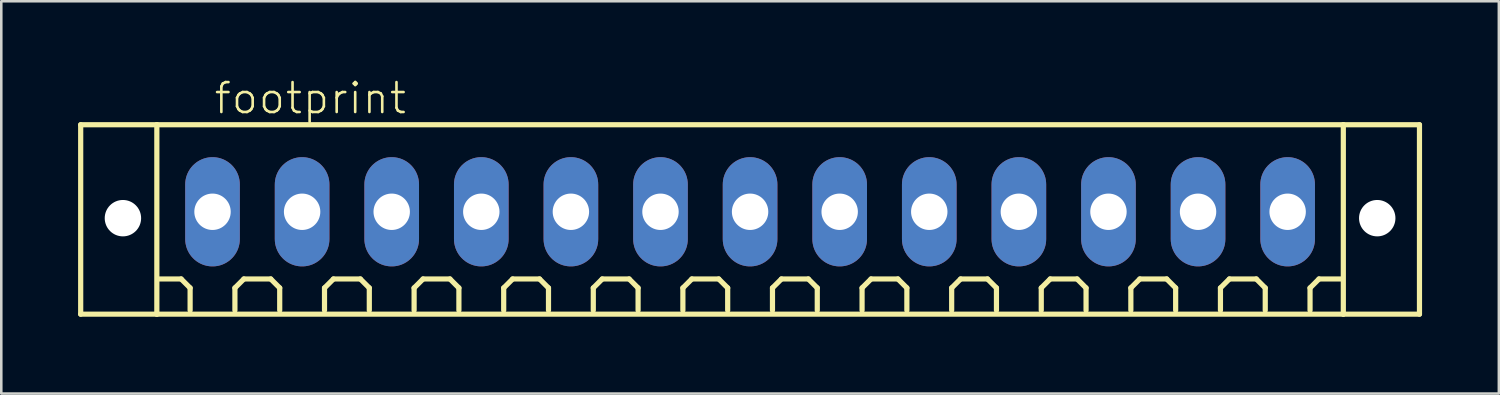
<source format=kicad_pcb>
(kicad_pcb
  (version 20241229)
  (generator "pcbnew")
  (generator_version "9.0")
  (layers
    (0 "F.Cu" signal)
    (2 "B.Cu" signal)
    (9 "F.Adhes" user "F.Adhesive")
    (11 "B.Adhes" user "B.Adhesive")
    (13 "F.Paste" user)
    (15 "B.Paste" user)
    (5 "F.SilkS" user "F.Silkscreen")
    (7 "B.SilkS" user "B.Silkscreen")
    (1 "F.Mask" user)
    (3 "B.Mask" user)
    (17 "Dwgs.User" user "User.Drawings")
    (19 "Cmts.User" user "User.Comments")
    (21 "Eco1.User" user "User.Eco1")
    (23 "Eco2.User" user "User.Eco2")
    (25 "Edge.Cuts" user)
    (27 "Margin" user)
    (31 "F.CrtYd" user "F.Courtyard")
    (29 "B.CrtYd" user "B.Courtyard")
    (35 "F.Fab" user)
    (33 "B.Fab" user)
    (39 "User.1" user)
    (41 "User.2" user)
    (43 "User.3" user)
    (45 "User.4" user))
  (footprint "footprint"
    (layer "F.Cu")
    (at 26.252 5.223)
    (property "Reference" "footprint" (at -21 -3.75 0) (layer "F.SilkS") (effects (font (size 1.168 1.168) (thickness 0.102)) (justify left bottom)))
    (fp_line (start -26.15 -3.4) (end -23.175 -3.4) (stroke (width 0.203) (type solid)) (layer "F.SilkS"))
    (fp_line (start -26.15 4) (end -26.15 -3.4) (stroke (width 0.203) (type solid)) (layer "F.SilkS"))
    (fp_line (start -23.175 -3.4) (end 23.175 -3.4) (stroke (width 0.203) (type solid)) (layer "F.SilkS"))
    (fp_line (start -23.175 4) (end -26.15 4) (stroke (width 0.203) (type solid)) (layer "F.SilkS"))
    (fp_line (start -23.175 4) (end -23.175 -3.4) (stroke (width 0.203) (type solid)) (layer "F.SilkS"))
    (fp_line (start -22.225 2.625) (end -23.1 2.625) (stroke (width 0.203) (type solid)) (layer "F.SilkS"))
    (fp_line (start -21.875 2.975) (end -22.225 2.625) (stroke (width 0.203) (type solid)) (layer "F.SilkS"))
    (fp_line (start -21.875 3.85) (end -21.875 2.975) (stroke (width 0.203) (type solid)) (layer "F.SilkS"))
    (fp_line (start -20.125 2.975) (end -19.775 2.625) (stroke (width 0.203) (type solid)) (layer "F.SilkS"))
    (fp_line (start -20.125 3.85) (end -20.125 2.975) (stroke (width 0.203) (type solid)) (layer "F.SilkS"))
    (fp_line (start -19.775 2.625) (end -18.725 2.625) (stroke (width 0.203) (type solid)) (layer "F.SilkS"))
    (fp_line (start -18.725 2.625) (end -18.375 2.975) (stroke (width 0.203) (type solid)) (layer "F.SilkS"))
    (fp_line (start -18.375 2.975) (end -18.375 3.85) (stroke (width 0.203) (type solid)) (layer "F.SilkS"))
    (fp_line (start -16.625 2.975) (end -16.275 2.625) (stroke (width 0.203) (type solid)) (layer "F.SilkS"))
    (fp_line (start -16.625 3.85) (end -16.625 2.975) (stroke (width 0.203) (type solid)) (layer "F.SilkS"))
    (fp_line (start -16.275 2.625) (end -15.225 2.625) (stroke (width 0.203) (type solid)) (layer "F.SilkS"))
    (fp_line (start -15.225 2.625) (end -14.875 2.975) (stroke (width 0.203) (type solid)) (layer "F.SilkS"))
    (fp_line (start -14.875 2.975) (end -14.875 3.85) (stroke (width 0.203) (type solid)) (layer "F.SilkS"))
    (fp_line (start -13.125 2.975) (end -12.775 2.625) (stroke (width 0.203) (type solid)) (layer "F.SilkS"))
    (fp_line (start -13.125 3.85) (end -13.125 2.975) (stroke (width 0.203) (type solid)) (layer "F.SilkS"))
    (fp_line (start -12.775 2.625) (end -11.725 2.625) (stroke (width 0.203) (type solid)) (layer "F.SilkS"))
    (fp_line (start -11.725 2.625) (end -11.375 2.975) (stroke (width 0.203) (type solid)) (layer "F.SilkS"))
    (fp_line (start -11.375 2.975) (end -11.375 3.85) (stroke (width 0.203) (type solid)) (layer "F.SilkS"))
    (fp_line (start -9.625 2.975) (end -9.275 2.625) (stroke (width 0.203) (type solid)) (layer "F.SilkS"))
    (fp_line (start -9.625 3.85) (end -9.625 2.975) (stroke (width 0.203) (type solid)) (layer "F.SilkS"))
    (fp_line (start -9.275 2.625) (end -8.225 2.625) (stroke (width 0.203) (type solid)) (layer "F.SilkS"))
    (fp_line (start -8.225 2.625) (end -7.875 2.975) (stroke (width 0.203) (type solid)) (layer "F.SilkS"))
    (fp_line (start -7.875 2.975) (end -7.875 3.85) (stroke (width 0.203) (type solid)) (layer "F.SilkS"))
    (fp_line (start -6.125 2.975) (end -5.775 2.625) (stroke (width 0.203) (type solid)) (layer "F.SilkS"))
    (fp_line (start -6.125 3.85) (end -6.125 2.975) (stroke (width 0.203) (type solid)) (layer "F.SilkS"))
    (fp_line (start -5.775 2.625) (end -4.725 2.625) (stroke (width 0.203) (type solid)) (layer "F.SilkS"))
    (fp_line (start -4.725 2.625) (end -4.375 2.975) (stroke (width 0.203) (type solid)) (layer "F.SilkS"))
    (fp_line (start -4.375 2.975) (end -4.375 3.85) (stroke (width 0.203) (type solid)) (layer "F.SilkS"))
    (fp_line (start -2.625 2.975) (end -2.275 2.625) (stroke (width 0.203) (type solid)) (layer "F.SilkS"))
    (fp_line (start -2.625 3.85) (end -2.625 2.975) (stroke (width 0.203) (type solid)) (layer "F.SilkS"))
    (fp_line (start -2.275 2.625) (end -1.225 2.625) (stroke (width 0.203) (type solid)) (layer "F.SilkS"))
    (fp_line (start -1.225 2.625) (end -0.875 2.975) (stroke (width 0.203) (type solid)) (layer "F.SilkS"))
    (fp_line (start -0.875 2.975) (end -0.875 3.85) (stroke (width 0.203) (type solid)) (layer "F.SilkS"))
    (fp_line (start 0.875 2.975) (end 1.225 2.625) (stroke (width 0.203) (type solid)) (layer "F.SilkS"))
    (fp_line (start 0.875 3.85) (end 0.875 2.975) (stroke (width 0.203) (type solid)) (layer "F.SilkS"))
    (fp_line (start 1.225 2.625) (end 2.275 2.625) (stroke (width 0.203) (type solid)) (layer "F.SilkS"))
    (fp_line (start 2.275 2.625) (end 2.625 2.975) (stroke (width 0.203) (type solid)) (layer "F.SilkS"))
    (fp_line (start 2.625 2.975) (end 2.625 3.85) (stroke (width 0.203) (type solid)) (layer "F.SilkS"))
    (fp_line (start 4.375 2.975) (end 4.725 2.625) (stroke (width 0.203) (type solid)) (layer "F.SilkS"))
    (fp_line (start 4.375 3.85) (end 4.375 2.975) (stroke (width 0.203) (type solid)) (layer "F.SilkS"))
    (fp_line (start 4.725 2.625) (end 5.775 2.625) (stroke (width 0.203) (type solid)) (layer "F.SilkS"))
    (fp_line (start 5.775 2.625) (end 6.125 2.975) (stroke (width 0.203) (type solid)) (layer "F.SilkS"))
    (fp_line (start 6.125 2.975) (end 6.125 3.85) (stroke (width 0.203) (type solid)) (layer "F.SilkS"))
    (fp_line (start 7.875 2.975) (end 8.225 2.625) (stroke (width 0.203) (type solid)) (layer "F.SilkS"))
    (fp_line (start 7.875 3.85) (end 7.875 2.975) (stroke (width 0.203) (type solid)) (layer "F.SilkS"))
    (fp_line (start 8.225 2.625) (end 9.275 2.625) (stroke (width 0.203) (type solid)) (layer "F.SilkS"))
    (fp_line (start 9.275 2.625) (end 9.625 2.975) (stroke (width 0.203) (type solid)) (layer "F.SilkS"))
    (fp_line (start 9.625 2.975) (end 9.625 3.85) (stroke (width 0.203) (type solid)) (layer "F.SilkS"))
    (fp_line (start 11.375 2.975) (end 11.725 2.625) (stroke (width 0.203) (type solid)) (layer "F.SilkS"))
    (fp_line (start 11.375 3.85) (end 11.375 2.975) (stroke (width 0.203) (type solid)) (layer "F.SilkS"))
    (fp_line (start 11.725 2.625) (end 12.775 2.625) (stroke (width 0.203) (type solid)) (layer "F.SilkS"))
    (fp_line (start 12.775 2.625) (end 13.125 2.975) (stroke (width 0.203) (type solid)) (layer "F.SilkS"))
    (fp_line (start 13.125 2.975) (end 13.125 3.85) (stroke (width 0.203) (type solid)) (layer "F.SilkS"))
    (fp_line (start 14.875 2.975) (end 15.225 2.625) (stroke (width 0.203) (type solid)) (layer "F.SilkS"))
    (fp_line (start 14.875 3.85) (end 14.875 2.975) (stroke (width 0.203) (type solid)) (layer "F.SilkS"))
    (fp_line (start 15.225 2.625) (end 16.275 2.625) (stroke (width 0.203) (type solid)) (layer "F.SilkS"))
    (fp_line (start 16.275 2.625) (end 16.625 2.975) (stroke (width 0.203) (type solid)) (layer "F.SilkS"))
    (fp_line (start 16.625 2.975) (end 16.625 3.85) (stroke (width 0.203) (type solid)) (layer "F.SilkS"))
    (fp_line (start 18.375 2.975) (end 18.725 2.625) (stroke (width 0.203) (type solid)) (layer "F.SilkS"))
    (fp_line (start 18.375 3.85) (end 18.375 2.975) (stroke (width 0.203) (type solid)) (layer "F.SilkS"))
    (fp_line (start 18.725 2.625) (end 19.775 2.625) (stroke (width 0.203) (type solid)) (layer "F.SilkS"))
    (fp_line (start 19.775 2.625) (end 20.125 2.975) (stroke (width 0.203) (type solid)) (layer "F.SilkS"))
    (fp_line (start 20.125 2.975) (end 20.125 3.85) (stroke (width 0.203) (type solid)) (layer "F.SilkS"))
    (fp_line (start 21.875 2.975) (end 22.225 2.625) (stroke (width 0.203) (type solid)) (layer "F.SilkS"))
    (fp_line (start 21.875 3.85) (end 21.875 2.975) (stroke (width 0.203) (type solid)) (layer "F.SilkS"))
    (fp_line (start 22.225 2.625) (end 23.1 2.625) (stroke (width 0.203) (type solid)) (layer "F.SilkS"))
    (fp_line (start 23.175 -3.4) (end 23.175 4) (stroke (width 0.203) (type solid)) (layer "F.SilkS"))
    (fp_line (start 23.175 -3.4) (end 26.15 -3.4) (stroke (width 0.203) (type solid)) (layer "F.SilkS"))
    (fp_line (start 23.175 4) (end -23.175 4) (stroke (width 0.203) (type solid)) (layer "F.SilkS"))
    (fp_line (start 26.15 -3.4) (end 26.15 4) (stroke (width 0.203) (type solid)) (layer "F.SilkS"))
    (fp_line (start 26.15 4) (end 23.175 4) (stroke (width 0.203) (type solid)) (layer "F.SilkS"))
    (pad "" np_thru_hole circle (at -24.5 0.25) (size 1.422 1.422) (drill 1.422) (layers "*.Cu" "*.Mask"))
    (pad "" np_thru_hole circle (at 24.5 0.25) (size 1.422 1.422) (drill 1.422) (layers "*.Cu" "*.Mask"))
    (pad "1" thru_hole oval (at -21 0 90) (size 4.267 2.134) (drill 1.422) (layers "*.Cu" "*.Mask"))
    (pad "2" thru_hole oval (at -17.5 0 90) (size 4.267 2.134) (drill 1.422) (layers "*.Cu" "*.Mask"))
    (pad "3" thru_hole oval (at -14 0 90) (size 4.267 2.134) (drill 1.422) (layers "*.Cu" "*.Mask"))
    (pad "4" thru_hole oval (at -10.5 0 90) (size 4.267 2.134) (drill 1.422) (layers "*.Cu" "*.Mask"))
    (pad "5" thru_hole oval (at -7 0 90) (size 4.267 2.134) (drill 1.422) (layers "*.Cu" "*.Mask"))
    (pad "6" thru_hole oval (at -3.5 0 90) (size 4.267 2.134) (drill 1.422) (layers "*.Cu" "*.Mask"))
    (pad "7" thru_hole oval (at 0 0 90) (size 4.267 2.134) (drill 1.422) (layers "*.Cu" "*.Mask"))
    (pad "8" thru_hole oval (at 3.5 0 90) (size 4.267 2.134) (drill 1.422) (layers "*.Cu" "*.Mask"))
    (pad "9" thru_hole oval (at 7 0 90) (size 4.267 2.134) (drill 1.422) (layers "*.Cu" "*.Mask"))
    (pad "10" thru_hole oval (at 10.5 0 90) (size 4.267 2.134) (drill 1.422) (layers "*.Cu" "*.Mask"))
    (pad "11" thru_hole oval (at 14 0 90) (size 4.267 2.134) (drill 1.422) (layers "*.Cu" "*.Mask"))
    (pad "12" thru_hole oval (at 17.5 0 90) (size 4.267 2.134) (drill 1.422) (layers "*.Cu" "*.Mask"))
    (pad "13" thru_hole oval (at 21 0 90) (size 4.267 2.134) (drill 1.422) (layers "*.Cu" "*.Mask")))
  (gr_rect
    (start -3 -3)
    (end 55.503 12.325)
    (stroke (width 0.1) (type default))
    (fill no)
    (layer "Edge.Cuts")))
</source>
